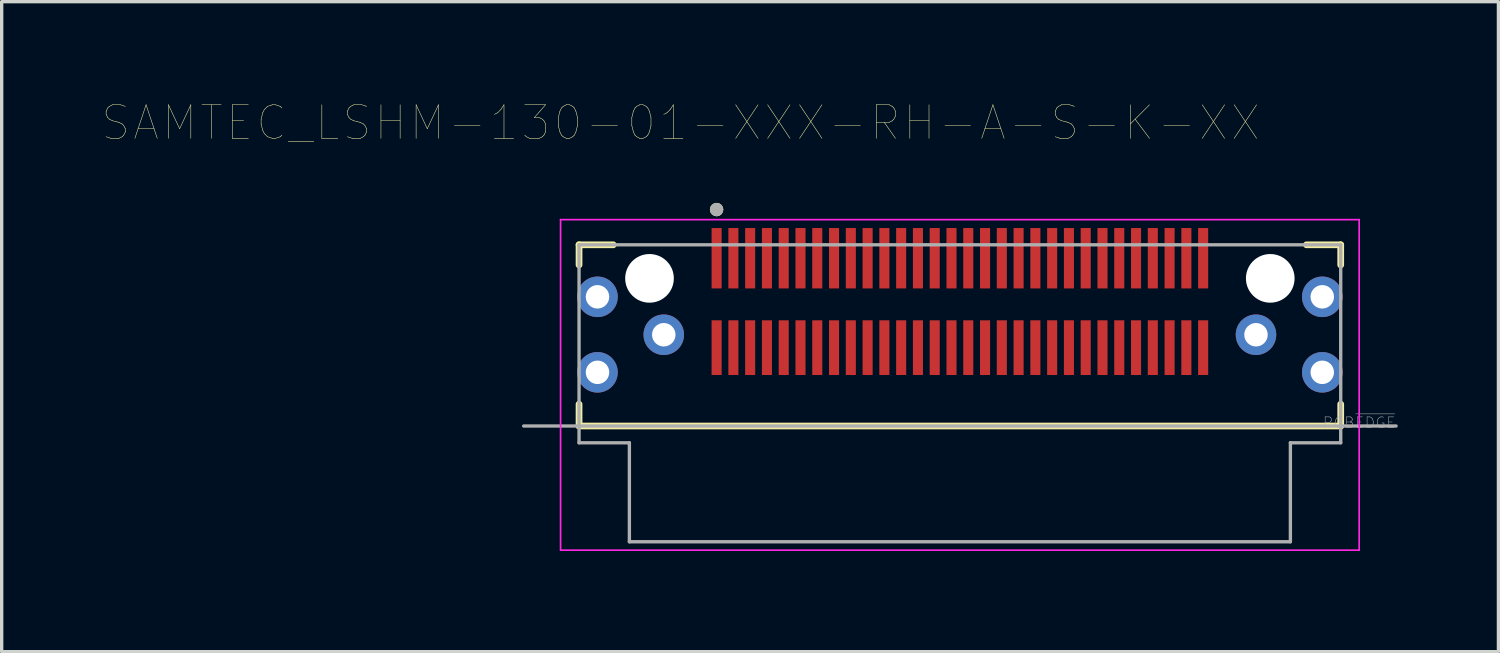
<source format=kicad_pcb>
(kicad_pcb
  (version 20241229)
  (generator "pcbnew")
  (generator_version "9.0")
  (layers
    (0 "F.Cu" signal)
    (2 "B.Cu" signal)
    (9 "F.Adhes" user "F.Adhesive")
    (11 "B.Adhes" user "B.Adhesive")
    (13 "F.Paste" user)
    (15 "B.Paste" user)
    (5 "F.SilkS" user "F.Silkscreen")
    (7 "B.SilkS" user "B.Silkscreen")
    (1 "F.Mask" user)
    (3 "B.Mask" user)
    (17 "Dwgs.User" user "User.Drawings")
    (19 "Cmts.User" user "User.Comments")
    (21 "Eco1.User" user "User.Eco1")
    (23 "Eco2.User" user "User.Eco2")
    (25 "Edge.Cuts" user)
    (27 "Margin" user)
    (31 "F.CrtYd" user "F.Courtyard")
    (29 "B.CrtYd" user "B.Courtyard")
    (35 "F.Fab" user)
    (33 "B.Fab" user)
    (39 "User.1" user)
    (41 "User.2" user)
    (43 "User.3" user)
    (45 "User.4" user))
  (footprint "SAMTEC_LSHM-130-01-XXX-RH-A-S-K-XX"
    (layer "F.Cu")
    (at 25.557 5.246)
    (property "Reference" "SAMTEC_LSHM-130-01-XXX-RH-A-S-K-XX" (at -8.325 -4.635 0) (layer "F.SilkS") (effects (font (size 1 1) (thickness 0.015))))
    (attr through_hole)
    (fp_line (start -11.35 -1) (end -10.33 -1) (stroke (width 0.2) (type solid)) (layer "F.SilkS"))
    (fp_line (start -11.35 -0.4) (end -11.35 -1) (stroke (width 0.2) (type solid)) (layer "F.SilkS"))
    (fp_line (start -11.35 3.75) (end -11.35 4.4) (stroke (width 0.2) (type solid)) (layer "F.SilkS"))
    (fp_line (start -11.35 4.4) (end 11.35 4.4) (stroke (width 0.2) (type solid)) (layer "F.SilkS"))
    (fp_line (start 10.33 -1) (end 11.35 -1) (stroke (width 0.2) (type solid)) (layer "F.SilkS"))
    (fp_line (start 11.35 -1) (end 11.35 -0.4) (stroke (width 0.2) (type solid)) (layer "F.SilkS"))
    (fp_line (start 11.35 4.4) (end 11.35 3.75) (stroke (width 0.2) (type solid)) (layer "F.SilkS"))
    (fp_circle (center -7.25 -2.05) (end -7.15 -2.05) (stroke (width 0.2) (type solid)) (fill no) (layer "F.SilkS"))
    (fp_circle (center -10.8 2.8) (end -10.375 2.8) (stroke (width 0.85) (type solid)) (fill no) (layer "F.Paste"))
    (fp_circle (center 10.8 2.8) (end 11.225 2.8) (stroke (width 0.85) (type solid)) (fill no) (layer "F.Paste"))
    (fp_poly (pts (xy -10.455 -0.227) (xy -10.48 -0.236) (xy -10.5 -0.243) (xy -10.52 -0.25) (xy -10.54 -0.256) (xy -10.56 -0.262) (xy -10.581 -0.267) (xy -10.602 -0.271) (xy -10.623 -0.276) (xy -10.643 -0.279) (xy -10.664 -0.283) (xy -10.685 -0.286) (xy -10.706 -0.288) (xy -10.728 -0.29) (xy -10.749 -0.291) (xy -10.77 -0.292) (xy -10.791 -0.293) (xy -10.812 -0.293) (xy -10.833 -0.292) (xy -10.855 -0.291) (xy -10.876 -0.29) (xy -10.897 -0.288) (xy -10.918 -0.286) (xy -10.939 -0.283) (xy -10.96 -0.28) (xy -10.981 -0.276) (xy -11.002 -0.272) (xy -11.022 -0.267) (xy -11.043 -0.262) (xy -11.063 -0.257) (xy -11.091 -0.249) (xy -11.132 -0.232) (xy -11.173 -0.214) (xy -11.212 -0.193) (xy -11.25 -0.171) (xy -11.288 -0.146) (xy -11.323 -0.12) (xy -11.358 -0.092) (xy -11.39 -0.061) (xy -11.422 -0.03) (xy -11.451 0.004) (xy -11.479 0.038) (xy -11.505 0.075) (xy -11.529 0.112) (xy -11.55 0.151) (xy -11.57 0.191) (xy -11.588 0.232) (xy -11.604 0.273) (xy -11.617 0.316) (xy -11.628 0.359) (xy -11.637 0.402) (xy -11.644 0.446) (xy -11.648 0.491) (xy -11.65 0.535) (xy -11.649 0.58) (xy -11.647 0.624) (xy -11.642 0.668) (xy -11.634 0.712) (xy -11.625 0.756) (xy -11.613 0.799) (xy -11.599 0.841) (xy -11.582 0.882) (xy -11.564 0.923) (xy -11.543 0.962) (xy -11.521 1) (xy -11.496 1.038) (xy -11.47 1.073) (xy -11.441 1.108) (xy -11.411 1.14) (xy -11.38 1.172) (xy -11.346 1.201) (xy -11.312 1.229) (xy -11.275 1.255) (xy -11.238 1.279) (xy -11.199 1.301) (xy -11.159 1.32) (xy -11.118 1.338) (xy -11.077 1.354) (xy -11.034 1.367) (xy -10.991 1.378) (xy -10.948 1.387) (xy -10.904 1.394) (xy -10.859 1.398) (xy -10.815 1.4) (xy -10.77 1.399) (xy -10.726 1.397) (xy -10.682 1.392) (xy -10.638 1.384) (xy -10.594 1.375) (xy -10.551 1.363) (xy -10.509 1.349) (xy -10.489 1.341) (xy -10.469 1.333) (xy -10.449 1.324) (xy -10.429 1.315) (xy -10.41 1.305) (xy -10.39 1.295) (xy -10.371 1.284) (xy -10.353 1.273) (xy -10.334 1.261) (xy -10.316 1.249) (xy -10.298 1.236) (xy -10.281 1.223) (xy -10.264 1.21) (xy -10.247 1.196) (xy -10.231 1.181) (xy -10.215 1.167) (xy -10.199 1.151) (xy -10.184 1.136) (xy -10.169 1.12) (xy -10.155 1.103) (xy -10.141 1.087) (xy -10.127 1.07) (xy -10.114 1.052) (xy -10.101 1.035) (xy -10.089 1.016) (xy -10.077 0.998) (xy -10.066 0.979) (xy -10.055 0.96) (xy -10.045 0.941) (xy -10.036 0.924) (xy -10.455 -0.227)) (stroke (width 0.01) (type solid)) (fill yes) (layer "F.Paste"))
    (fp_poly (pts (xy -9.569 1.269) (xy -9.581 1.292) (xy -9.589 1.311) (xy -9.597 1.331) (xy -9.605 1.351) (xy -9.613 1.371) (xy -9.62 1.391) (xy -9.626 1.411) (xy -9.632 1.431) (xy -9.638 1.452) (xy -9.643 1.472) (xy -9.647 1.493) (xy -9.652 1.514) (xy -9.655 1.535) (xy -9.659 1.556) (xy -9.661 1.577) (xy -9.664 1.598) (xy -9.666 1.619) (xy -9.667 1.64) (xy -9.668 1.661) (xy -9.668 1.682) (xy -9.668 1.703) (xy -9.668 1.725) (xy -9.667 1.746) (xy -9.666 1.767) (xy -9.664 1.788) (xy -9.662 1.809) (xy -9.659 1.83) (xy -9.655 1.851) (xy -9.652 1.872) (xy -9.646 1.9) (xy -9.633 1.943) (xy -9.619 1.985) (xy -9.602 2.026) (xy -9.582 2.066) (xy -9.561 2.105) (xy -9.538 2.143) (xy -9.513 2.18) (xy -9.486 2.215) (xy -9.457 2.249) (xy -9.426 2.281) (xy -9.394 2.312) (xy -9.36 2.341) (xy -9.325 2.368) (xy -9.288 2.393) (xy -9.25 2.416) (xy -9.211 2.437) (xy -9.171 2.457) (xy -9.13 2.474) (xy -9.088 2.488) (xy -9.045 2.501) (xy -9.002 2.511) (xy -8.958 2.52) (xy -8.914 2.525) (xy -8.869 2.529) (xy -8.825 2.53) (xy -8.781 2.529) (xy -8.736 2.525) (xy -8.692 2.52) (xy -8.648 2.511) (xy -8.605 2.501) (xy -8.562 2.488) (xy -8.52 2.474) (xy -8.479 2.457) (xy -8.439 2.437) (xy -8.4 2.416) (xy -8.362 2.393) (xy -8.325 2.368) (xy -8.29 2.341) (xy -8.256 2.312) (xy -8.224 2.281) (xy -8.193 2.249) (xy -8.164 2.215) (xy -8.137 2.18) (xy -8.112 2.143) (xy -8.089 2.105) (xy -8.068 2.066) (xy -8.048 2.026) (xy -8.031 1.985) (xy -8.017 1.943) (xy -8.004 1.9) (xy -7.994 1.857) (xy -7.985 1.813) (xy -7.98 1.769) (xy -7.976 1.724) (xy -7.975 1.68) (xy -7.976 1.636) (xy -7.98 1.591) (xy -7.985 1.547) (xy -7.994 1.503) (xy -8.004 1.46) (xy -8.01 1.439) (xy -8.016 1.418) (xy -8.023 1.398) (xy -8.031 1.377) (xy -8.039 1.357) (xy -8.047 1.337) (xy -8.056 1.317) (xy -8.066 1.297) (xy -8.076 1.278) (xy -8.087 1.259) (xy -8.098 1.24) (xy -8.109 1.222) (xy -8.121 1.203) (xy -8.134 1.185) (xy -8.146 1.168) (xy -8.16 1.151) (xy -8.174 1.134) (xy -8.188 1.117) (xy -8.202 1.101) (xy -8.217 1.085) (xy -8.233 1.07) (xy -8.249 1.055) (xy -8.265 1.04) (xy -8.281 1.026) (xy -8.298 1.012) (xy -8.316 0.999) (xy -8.333 0.986) (xy -8.351 0.974) (xy -8.369 0.962) (xy -8.386 0.952) (xy -9.569 1.269)) (stroke (width 0.01) (type solid)) (fill yes) (layer "F.Paste"))
    (fp_poly (pts (xy 8.386 0.952) (xy 8.365 0.966) (xy 8.347 0.979) (xy 8.331 0.992) (xy 8.314 1.005) (xy 8.298 1.018) (xy 8.282 1.032) (xy 8.266 1.046) (xy 8.251 1.061) (xy 8.235 1.076) (xy 8.221 1.091) (xy 8.206 1.107) (xy 8.192 1.123) (xy 8.179 1.139) (xy 8.165 1.155) (xy 8.152 1.172) (xy 8.14 1.189) (xy 8.128 1.207) (xy 8.116 1.224) (xy 8.104 1.242) (xy 8.093 1.26) (xy 8.083 1.279) (xy 8.073 1.297) (xy 8.063 1.316) (xy 8.053 1.335) (xy 8.044 1.354) (xy 8.036 1.374) (xy 8.028 1.393) (xy 8.02 1.413) (xy 8.013 1.433) (xy 8.004 1.46) (xy 7.994 1.503) (xy 7.985 1.547) (xy 7.98 1.591) (xy 7.976 1.636) (xy 7.975 1.68) (xy 7.976 1.724) (xy 7.98 1.769) (xy 7.985 1.813) (xy 7.994 1.857) (xy 8.004 1.9) (xy 8.017 1.943) (xy 8.031 1.985) (xy 8.048 2.026) (xy 8.068 2.066) (xy 8.089 2.105) (xy 8.112 2.143) (xy 8.137 2.18) (xy 8.164 2.215) (xy 8.193 2.249) (xy 8.224 2.281) (xy 8.256 2.312) (xy 8.29 2.341) (xy 8.325 2.368) (xy 8.362 2.393) (xy 8.4 2.416) (xy 8.439 2.437) (xy 8.479 2.457) (xy 8.52 2.474) (xy 8.562 2.488) (xy 8.605 2.501) (xy 8.648 2.511) (xy 8.692 2.52) (xy 8.736 2.525) (xy 8.781 2.529) (xy 8.825 2.53) (xy 8.869 2.529) (xy 8.914 2.525) (xy 8.958 2.52) (xy 9.002 2.511) (xy 9.045 2.501) (xy 9.088 2.488) (xy 9.13 2.474) (xy 9.171 2.457) (xy 9.211 2.437) (xy 9.25 2.416) (xy 9.288 2.393) (xy 9.325 2.368) (xy 9.36 2.341) (xy 9.394 2.312) (xy 9.426 2.281) (xy 9.457 2.249) (xy 9.486 2.215) (xy 9.513 2.18) (xy 9.538 2.143) (xy 9.561 2.105) (xy 9.582 2.066) (xy 9.602 2.026) (xy 9.619 1.985) (xy 9.633 1.943) (xy 9.646 1.9) (xy 9.651 1.879) (xy 9.656 1.858) (xy 9.661 1.836) (xy 9.664 1.815) (xy 9.667 1.793) (xy 9.67 1.772) (xy 9.672 1.75) (xy 9.674 1.728) (xy 9.675 1.706) (xy 9.675 1.685) (xy 9.675 1.663) (xy 9.674 1.641) (xy 9.673 1.619) (xy 9.671 1.597) (xy 9.669 1.576) (xy 9.666 1.554) (xy 9.662 1.533) (xy 9.658 1.511) (xy 9.654 1.49) (xy 9.649 1.469) (xy 9.643 1.448) (xy 9.637 1.427) (xy 9.63 1.406) (xy 9.623 1.386) (xy 9.615 1.365) (xy 9.607 1.345) (xy 9.598 1.325) (xy 9.588 1.305) (xy 9.579 1.286) (xy 9.569 1.269) (xy 8.386 0.952)) (stroke (width 0.01) (type solid)) (fill yes) (layer "F.Paste"))
    (fp_poly (pts (xy 10.036 0.924) (xy 10.049 0.946) (xy 10.06 0.965) (xy 10.071 0.983) (xy 10.083 1) (xy 10.095 1.018) (xy 10.107 1.035) (xy 10.12 1.052) (xy 10.133 1.068) (xy 10.147 1.085) (xy 10.161 1.101) (xy 10.175 1.116) (xy 10.19 1.132) (xy 10.205 1.147) (xy 10.22 1.161) (xy 10.236 1.176) (xy 10.251 1.19) (xy 10.268 1.203) (xy 10.284 1.217) (xy 10.301 1.23) (xy 10.318 1.242) (xy 10.335 1.254) (xy 10.353 1.266) (xy 10.371 1.278) (xy 10.389 1.289) (xy 10.407 1.299) (xy 10.426 1.309) (xy 10.445 1.319) (xy 10.464 1.328) (xy 10.483 1.337) (xy 10.509 1.349) (xy 10.551 1.363) (xy 10.594 1.375) (xy 10.638 1.384) (xy 10.682 1.392) (xy 10.726 1.397) (xy 10.77 1.399) (xy 10.815 1.4) (xy 10.859 1.398) (xy 10.904 1.394) (xy 10.948 1.387) (xy 10.991 1.378) (xy 11.034 1.367) (xy 11.077 1.354) (xy 11.118 1.338) (xy 11.159 1.32) (xy 11.199 1.301) (xy 11.238 1.279) (xy 11.275 1.255) (xy 11.312 1.229) (xy 11.346 1.201) (xy 11.38 1.172) (xy 11.411 1.14) (xy 11.441 1.108) (xy 11.47 1.073) (xy 11.496 1.038) (xy 11.521 1) (xy 11.543 0.962) (xy 11.564 0.923) (xy 11.582 0.882) (xy 11.599 0.841) (xy 11.613 0.799) (xy 11.625 0.756) (xy 11.634 0.712) (xy 11.642 0.668) (xy 11.647 0.624) (xy 11.649 0.58) (xy 11.65 0.535) (xy 11.648 0.491) (xy 11.644 0.446) (xy 11.637 0.402) (xy 11.628 0.359) (xy 11.617 0.316) (xy 11.604 0.273) (xy 11.588 0.232) (xy 11.57 0.191) (xy 11.55 0.151) (xy 11.529 0.112) (xy 11.505 0.075) (xy 11.479 0.038) (xy 11.451 0.004) (xy 11.422 -0.03) (xy 11.39 -0.061) (xy 11.358 -0.092) (xy 11.323 -0.12) (xy 11.288 -0.146) (xy 11.25 -0.171) (xy 11.212 -0.193) (xy 11.173 -0.214) (xy 11.132 -0.232) (xy 11.091 -0.249) (xy 11.07 -0.256) (xy 11.049 -0.263) (xy 11.028 -0.269) (xy 11.007 -0.274) (xy 10.986 -0.279) (xy 10.965 -0.284) (xy 10.943 -0.288) (xy 10.922 -0.291) (xy 10.9 -0.294) (xy 10.879 -0.296) (xy 10.857 -0.298) (xy 10.835 -0.299) (xy 10.813 -0.3) (xy 10.792 -0.3) (xy 10.77 -0.3) (xy 10.748 -0.299) (xy 10.726 -0.297) (xy 10.705 -0.295) (xy 10.683 -0.292) (xy 10.661 -0.289) (xy 10.64 -0.285) (xy 10.619 -0.281) (xy 10.597 -0.276) (xy 10.576 -0.27) (xy 10.555 -0.264) (xy 10.534 -0.258) (xy 10.514 -0.251) (xy 10.493 -0.243) (xy 10.473 -0.235) (xy 10.455 -0.227) (xy 10.036 0.924)) (stroke (width 0.01) (type solid)) (fill yes) (layer "F.Paste"))
    (fp_line (start -11.9 -1.75) (end 11.9 -1.75) (stroke (width 0.05) (type solid)) (layer "F.CrtYd"))
    (fp_line (start -11.9 8.1) (end -11.9 -1.75) (stroke (width 0.05) (type solid)) (layer "F.CrtYd"))
    (fp_line (start 11.9 -1.75) (end 11.9 8.1) (stroke (width 0.05) (type solid)) (layer "F.CrtYd"))
    (fp_line (start 11.9 8.1) (end -11.9 8.1) (stroke (width 0.05) (type solid)) (layer "F.CrtYd"))
    (fp_line (start -13 4.4) (end 13 4.4) (stroke (width 0.1) (type solid)) (layer "F.Fab"))
    (fp_line (start -11.35 -1) (end 11.35 -1) (stroke (width 0.1) (type solid)) (layer "F.Fab"))
    (fp_line (start -11.35 4.9) (end -11.35 -1) (stroke (width 0.1) (type solid)) (layer "F.Fab"))
    (fp_line (start -9.85 4.9) (end -11.35 4.9) (stroke (width 0.1) (type solid)) (layer "F.Fab"))
    (fp_line (start -9.85 7.85) (end -9.85 4.9) (stroke (width 0.1) (type solid)) (layer "F.Fab"))
    (fp_line (start 9.85 4.9) (end 9.85 7.85) (stroke (width 0.1) (type solid)) (layer "F.Fab"))
    (fp_line (start 9.85 7.85) (end -9.85 7.85) (stroke (width 0.1) (type solid)) (layer "F.Fab"))
    (fp_line (start 11.35 -1) (end 11.35 4.9) (stroke (width 0.1) (type solid)) (layer "F.Fab"))
    (fp_line (start 11.35 4.9) (end 9.85 4.9) (stroke (width 0.1) (type solid)) (layer "F.Fab"))
    (fp_circle (center -7.25 -2.05) (end -7.15 -2.05) (stroke (width 0.2) (type solid)) (fill no) (layer "F.Fab"))
    (fp_text user "PCB~{EDGE}" (at 11.9 4.3 0) (layer "F.Fab") (effects (font (size 0.32 0.32) (thickness 0.015))))
    (pad "" np_thru_hole circle (at -9.25 0) (size 1.45 1.45) (drill 1.45) (layers "*.Cu" "*.Mask"))
    (pad "" np_thru_hole circle (at 9.25 0) (size 1.45 1.45) (drill 1.45) (layers "*.Cu" "*.Mask"))
    (pad "01" smd rect (at -7.25 -0.6) (size 0.3 1.8) (layers "F.Cu" "F.Mask" "F.Paste"))
    (pad "02" smd rect (at -7.25 2.065) (size 0.3 1.63) (layers "F.Cu" "F.Mask" "F.Paste"))
    (pad "03" smd rect (at -6.75 -0.6) (size 0.3 1.8) (layers "F.Cu" "F.Mask" "F.Paste"))
    (pad "04" smd rect (at -6.75 2.065) (size 0.3 1.63) (layers "F.Cu" "F.Mask" "F.Paste"))
    (pad "05" smd rect (at -6.25 -0.6) (size 0.3 1.8) (layers "F.Cu" "F.Mask" "F.Paste"))
    (pad "06" smd rect (at -6.25 2.065) (size 0.3 1.63) (layers "F.Cu" "F.Mask" "F.Paste"))
    (pad "07" smd rect (at -5.75 -0.6) (size 0.3 1.8) (layers "F.Cu" "F.Mask" "F.Paste"))
    (pad "08" smd rect (at -5.75 2.065) (size 0.3 1.63) (layers "F.Cu" "F.Mask" "F.Paste"))
    (pad "09" smd rect (at -5.25 -0.6) (size 0.3 1.8) (layers "F.Cu" "F.Mask" "F.Paste"))
    (pad "10" smd rect (at -5.25 2.065) (size 0.3 1.63) (layers "F.Cu" "F.Mask" "F.Paste"))
    (pad "11" smd rect (at -4.75 -0.6) (size 0.3 1.8) (layers "F.Cu" "F.Mask" "F.Paste"))
    (pad "12" smd rect (at -4.75 2.065) (size 0.3 1.63) (layers "F.Cu" "F.Mask" "F.Paste"))
    (pad "13" smd rect (at -4.25 -0.6) (size 0.3 1.8) (layers "F.Cu" "F.Mask" "F.Paste"))
    (pad "14" smd rect (at -4.25 2.065) (size 0.3 1.63) (layers "F.Cu" "F.Mask" "F.Paste"))
    (pad "15" smd rect (at -3.75 -0.6) (size 0.3 1.8) (layers "F.Cu" "F.Mask" "F.Paste"))
    (pad "16" smd rect (at -3.75 2.065) (size 0.3 1.63) (layers "F.Cu" "F.Mask" "F.Paste"))
    (pad "17" smd rect (at -3.25 -0.6) (size 0.3 1.8) (layers "F.Cu" "F.Mask" "F.Paste"))
    (pad "18" smd rect (at -3.25 2.065) (size 0.3 1.63) (layers "F.Cu" "F.Mask" "F.Paste"))
    (pad "19" smd rect (at -2.75 -0.6) (size 0.3 1.8) (layers "F.Cu" "F.Mask" "F.Paste"))
    (pad "20" smd rect (at -2.75 2.065) (size 0.3 1.63) (layers "F.Cu" "F.Mask" "F.Paste"))
    (pad "21" smd rect (at -2.25 -0.6) (size 0.3 1.8) (layers "F.Cu" "F.Mask" "F.Paste"))
    (pad "22" smd rect (at -2.25 2.065) (size 0.3 1.63) (layers "F.Cu" "F.Mask" "F.Paste"))
    (pad "23" smd rect (at -1.75 -0.6) (size 0.3 1.8) (layers "F.Cu" "F.Mask" "F.Paste"))
    (pad "24" smd rect (at -1.75 2.065) (size 0.3 1.63) (layers "F.Cu" "F.Mask" "F.Paste"))
    (pad "25" smd rect (at -1.25 -0.6) (size 0.3 1.8) (layers "F.Cu" "F.Mask" "F.Paste"))
    (pad "26" smd rect (at -1.25 2.065) (size 0.3 1.63) (layers "F.Cu" "F.Mask" "F.Paste"))
    (pad "27" smd rect (at -0.75 -0.6) (size 0.3 1.8) (layers "F.Cu" "F.Mask" "F.Paste"))
    (pad "28" smd rect (at -0.75 2.065) (size 0.3 1.63) (layers "F.Cu" "F.Mask" "F.Paste"))
    (pad "29" smd rect (at -0.25 -0.6) (size 0.3 1.8) (layers "F.Cu" "F.Mask" "F.Paste"))
    (pad "30" smd rect (at -0.25 2.065) (size 0.3 1.63) (layers "F.Cu" "F.Mask" "F.Paste"))
    (pad "31" smd rect (at 0.25 -0.6) (size 0.3 1.8) (layers "F.Cu" "F.Mask" "F.Paste"))
    (pad "32" smd rect (at 0.25 2.065) (size 0.3 1.63) (layers "F.Cu" "F.Mask" "F.Paste"))
    (pad "33" smd rect (at 0.75 -0.6) (size 0.3 1.8) (layers "F.Cu" "F.Mask" "F.Paste"))
    (pad "34" smd rect (at 0.75 2.065) (size 0.3 1.63) (layers "F.Cu" "F.Mask" "F.Paste"))
    (pad "35" smd rect (at 1.25 -0.6) (size 0.3 1.8) (layers "F.Cu" "F.Mask" "F.Paste"))
    (pad "36" smd rect (at 1.25 2.065) (size 0.3 1.63) (layers "F.Cu" "F.Mask" "F.Paste"))
    (pad "37" smd rect (at 1.75 -0.6) (size 0.3 1.8) (layers "F.Cu" "F.Mask" "F.Paste"))
    (pad "38" smd rect (at 1.75 2.065) (size 0.3 1.63) (layers "F.Cu" "F.Mask" "F.Paste"))
    (pad "39" smd rect (at 2.25 -0.6) (size 0.3 1.8) (layers "F.Cu" "F.Mask" "F.Paste"))
    (pad "40" smd rect (at 2.25 2.065) (size 0.3 1.63) (layers "F.Cu" "F.Mask" "F.Paste"))
    (pad "41" smd rect (at 2.75 -0.6) (size 0.3 1.8) (layers "F.Cu" "F.Mask" "F.Paste"))
    (pad "42" smd rect (at 2.75 2.065) (size 0.3 1.63) (layers "F.Cu" "F.Mask" "F.Paste"))
    (pad "43" smd rect (at 3.25 -0.6) (size 0.3 1.8) (layers "F.Cu" "F.Mask" "F.Paste"))
    (pad "44" smd rect (at 3.25 2.065) (size 0.3 1.63) (layers "F.Cu" "F.Mask" "F.Paste"))
    (pad "45" smd rect (at 3.75 -0.6) (size 0.3 1.8) (layers "F.Cu" "F.Mask" "F.Paste"))
    (pad "46" smd rect (at 3.75 2.065) (size 0.3 1.63) (layers "F.Cu" "F.Mask" "F.Paste"))
    (pad "47" smd rect (at 4.25 -0.6) (size 0.3 1.8) (layers "F.Cu" "F.Mask" "F.Paste"))
    (pad "48" smd rect (at 4.25 2.065) (size 0.3 1.63) (layers "F.Cu" "F.Mask" "F.Paste"))
    (pad "49" smd rect (at 4.75 -0.6) (size 0.3 1.8) (layers "F.Cu" "F.Mask" "F.Paste"))
    (pad "50" smd rect (at 4.75 2.065) (size 0.3 1.63) (layers "F.Cu" "F.Mask" "F.Paste"))
    (pad "51" smd rect (at 5.25 -0.6) (size 0.3 1.8) (layers "F.Cu" "F.Mask" "F.Paste"))
    (pad "52" smd rect (at 5.25 2.065) (size 0.3 1.63) (layers "F.Cu" "F.Mask" "F.Paste"))
    (pad "53" smd rect (at 5.75 -0.6) (size 0.3 1.8) (layers "F.Cu" "F.Mask" "F.Paste"))
    (pad "54" smd rect (at 5.75 2.065) (size 0.3 1.63) (layers "F.Cu" "F.Mask" "F.Paste"))
    (pad "55" smd rect (at 6.25 -0.6) (size 0.3 1.8) (layers "F.Cu" "F.Mask" "F.Paste"))
    (pad "56" smd rect (at 6.25 2.065) (size 0.3 1.63) (layers "F.Cu" "F.Mask" "F.Paste"))
    (pad "57" smd rect (at 6.75 -0.6) (size 0.3 1.8) (layers "F.Cu" "F.Mask" "F.Paste"))
    (pad "58" smd rect (at 6.75 2.065) (size 0.3 1.63) (layers "F.Cu" "F.Mask" "F.Paste"))
    (pad "59" smd rect (at 7.25 -0.6) (size 0.3 1.8) (layers "F.Cu" "F.Mask" "F.Paste"))
    (pad "60" smd rect (at 7.25 2.065) (size 0.3 1.63) (layers "F.Cu" "F.Mask" "F.Paste"))
    (pad "S1" thru_hole circle (at -8.825 1.68) (size 1.208 1.208) (drill 0.7) (layers "*.Cu" "*.Mask"))
    (pad "S2" thru_hole circle (at 8.825 1.68) (size 1.208 1.208) (drill 0.7) (layers "*.Cu" "*.Mask"))
    (pad "WT1" thru_hole circle (at -10.8 0.55) (size 1.208 1.208) (drill 0.7) (layers "*.Cu" "*.Mask"))
    (pad "WT2" thru_hole circle (at -10.8 2.8) (size 1.208 1.208) (drill 0.7) (layers "*.Cu" "*.Mask"))
    (pad "WT3" thru_hole circle (at 10.8 0.55) (size 1.208 1.208) (drill 0.7) (layers "*.Cu" "*.Mask"))
    (pad "WT4" thru_hole circle (at 10.8 2.8) (size 1.208 1.208) (drill 0.7) (layers "*.Cu" "*.Mask")))
  (gr_rect
    (start -3 -3)
    (end 41.607 16.371)
    (stroke (width 0.1) (type default))
    (fill no)
    (layer "Edge.Cuts")))
</source>
